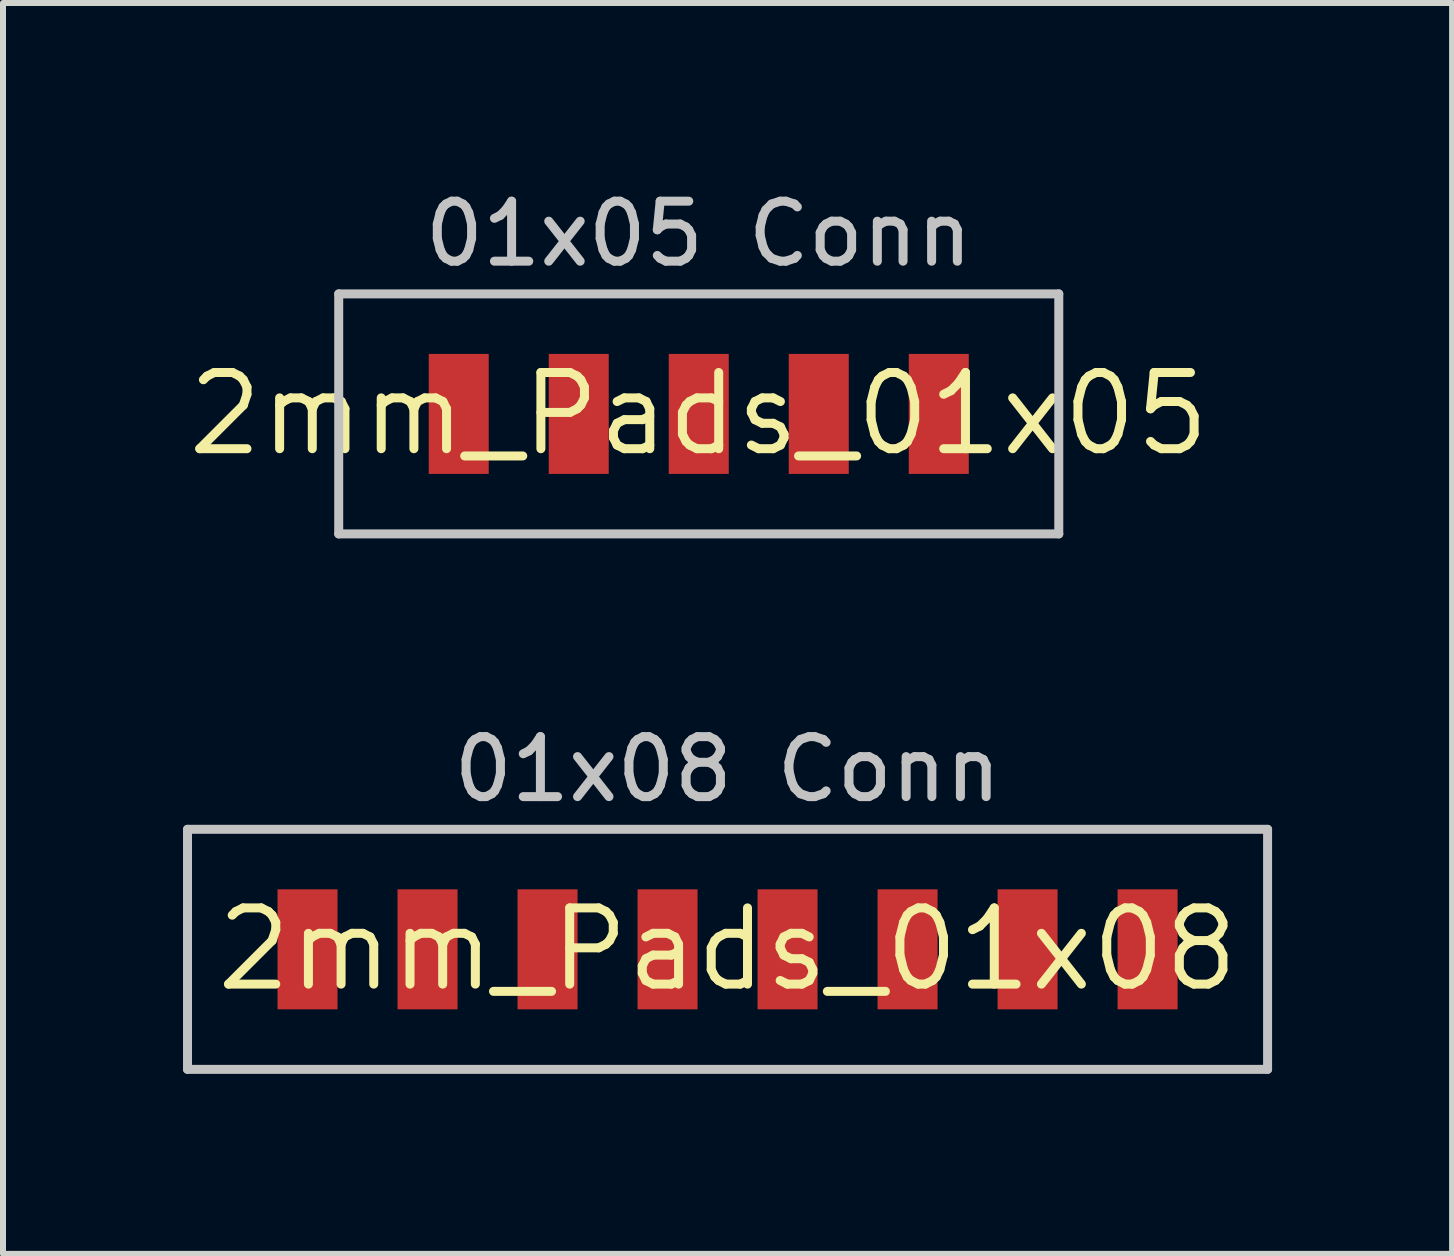
<source format=kicad_pcb>
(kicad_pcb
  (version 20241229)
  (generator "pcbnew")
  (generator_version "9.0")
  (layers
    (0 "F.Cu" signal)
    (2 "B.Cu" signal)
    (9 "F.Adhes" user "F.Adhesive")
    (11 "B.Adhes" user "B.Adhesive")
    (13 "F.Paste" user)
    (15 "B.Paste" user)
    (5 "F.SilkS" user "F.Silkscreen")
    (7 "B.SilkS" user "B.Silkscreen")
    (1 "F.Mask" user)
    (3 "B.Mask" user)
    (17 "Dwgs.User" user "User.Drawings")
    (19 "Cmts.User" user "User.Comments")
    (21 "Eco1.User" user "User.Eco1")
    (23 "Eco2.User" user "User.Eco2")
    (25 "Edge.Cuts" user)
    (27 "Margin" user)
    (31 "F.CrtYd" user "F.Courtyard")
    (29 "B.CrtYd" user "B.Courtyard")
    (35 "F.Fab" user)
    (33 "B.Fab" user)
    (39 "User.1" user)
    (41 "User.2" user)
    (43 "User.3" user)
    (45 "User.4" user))
  (footprint "2mm_Pads_01x05"
    (layer "F.Cu")
    (at 8.595 3.848)
    (property "Reference" "2mm_Pads_01x05" (at 0 0 0) (layer "F.SilkS") (effects (font (size 1.27 1.27) (thickness 0.15))))
    (attr smd)
    (fp_line (start -6 -2) (end -6 2) (stroke (width 0.15) (type solid)) (layer "Dwgs.User"))
    (fp_line (start -6 2) (end 6 2) (stroke (width 0.15) (type solid)) (layer "Dwgs.User"))
    (fp_line (start 6 -2) (end -6 -2) (stroke (width 0.15) (type solid)) (layer "Dwgs.User"))
    (fp_line (start 6 2) (end 6 -2) (stroke (width 0.15) (type solid)) (layer "Dwgs.User"))
    (fp_text user "01x05 Conn" (at 0 -3 0) (layer "Dwgs.User") (effects (font (size 1 1) (thickness 0.15))))
    (pad "1" smd rect (at -4 0) (size 1 2) (layers "F.Cu" "F.Mask"))
    (pad "2" smd rect (at -2 0) (size 1 2) (layers "F.Cu" "F.Mask"))
    (pad "3" smd rect (at 0 0) (size 1 2) (layers "F.Cu" "F.Mask"))
    (pad "4" smd rect (at 2 0) (size 1 2) (layers "F.Cu" "F.Mask"))
    (pad "5" smd rect (at 4 0) (size 1 2) (layers "F.Cu" "F.Mask")))
  (footprint "2mm_Pads_01x08"
    (layer "F.Cu")
    (at 9.075 12.771)
    (property "Reference" "2mm_Pads_01x08" (at 0 0 0) (layer "F.SilkS") (effects (font (size 1.27 1.27) (thickness 0.15))))
    (attr smd)
    (fp_line (start -9 -2) (end -9 2) (stroke (width 0.15) (type solid)) (layer "Dwgs.User"))
    (fp_line (start -9 2) (end 9 2) (stroke (width 0.15) (type solid)) (layer "Dwgs.User"))
    (fp_line (start 9 -2) (end -9 -2) (stroke (width 0.15) (type solid)) (layer "Dwgs.User"))
    (fp_line (start 9 2) (end 9 -2) (stroke (width 0.15) (type solid)) (layer "Dwgs.User"))
    (fp_text user "01x08 Conn" (at 0 -3 0) (layer "Dwgs.User") (effects (font (size 1 1) (thickness 0.15))))
    (pad "1" smd rect (at -7 0) (size 1 2) (layers "F.Cu" "F.Mask"))
    (pad "2" smd rect (at -5 0) (size 1 2) (layers "F.Cu" "F.Mask"))
    (pad "3" smd rect (at -3 0) (size 1 2) (layers "F.Cu" "F.Mask"))
    (pad "4" smd rect (at -1 0) (size 1 2) (layers "F.Cu" "F.Mask"))
    (pad "5" smd rect (at 1 0) (size 1 2) (layers "F.Cu" "F.Mask"))
    (pad "6" smd rect (at 3 0) (size 1 2) (layers "F.Cu" "F.Mask"))
    (pad "7" smd rect (at 5 0) (size 1 2) (layers "F.Cu" "F.Mask"))
    (pad "8" smd rect (at 7 0) (size 1 2) (layers "F.Cu" "F.Mask")))
  (gr_rect
    (start -3 -3)
    (end 21.15 17.846)
    (stroke (width 0.1) (type default))
    (fill no)
    (layer "Edge.Cuts")))
</source>
